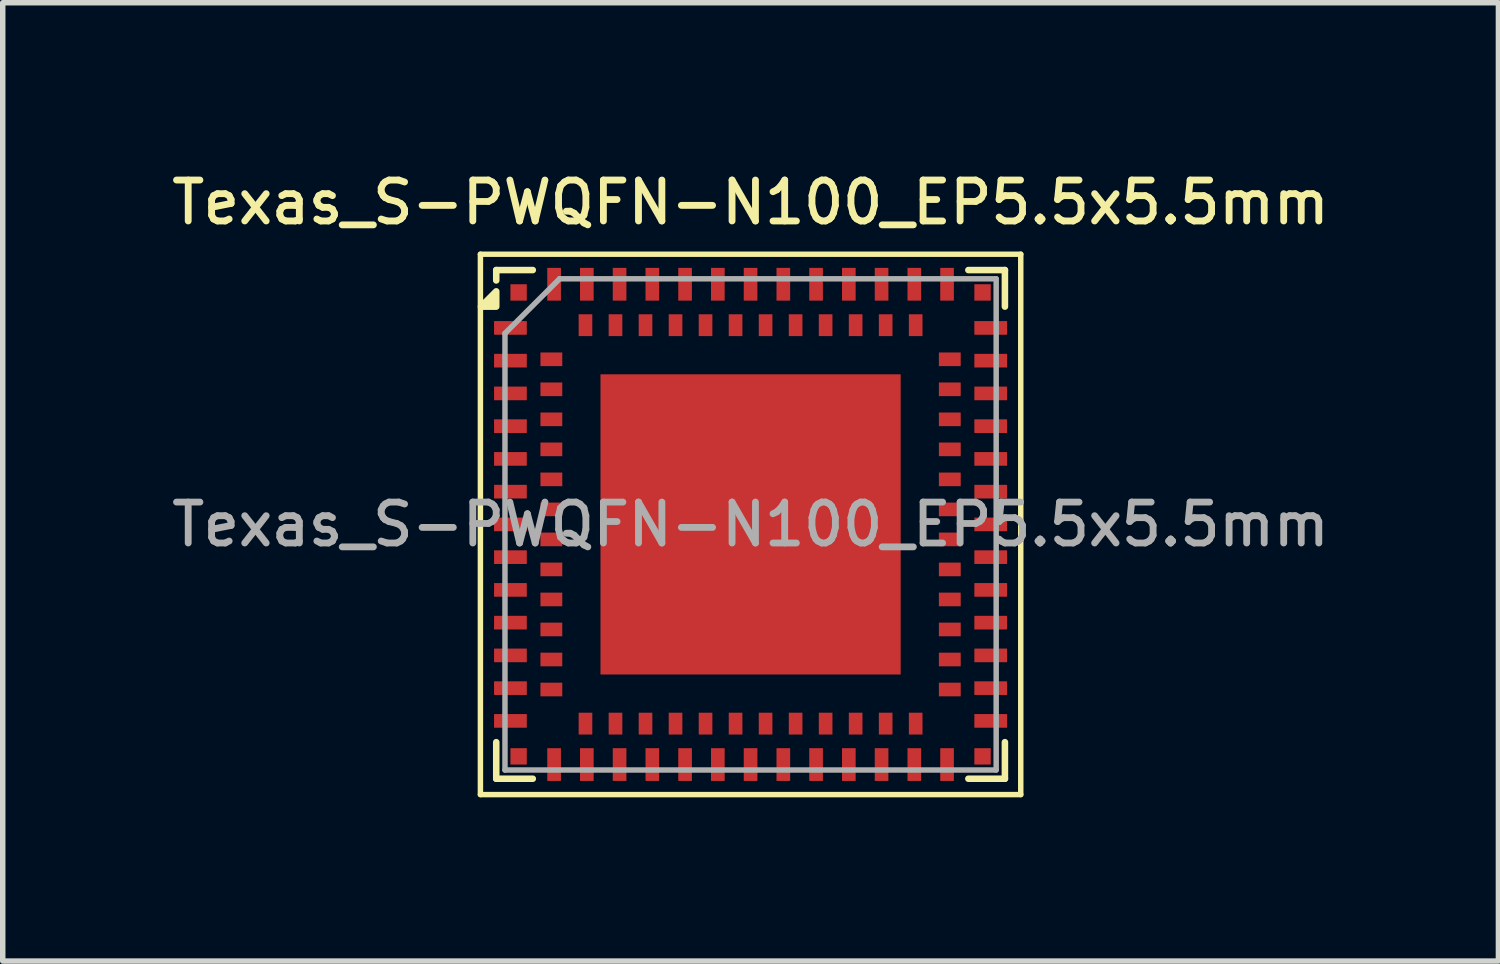
<source format=kicad_pcb>
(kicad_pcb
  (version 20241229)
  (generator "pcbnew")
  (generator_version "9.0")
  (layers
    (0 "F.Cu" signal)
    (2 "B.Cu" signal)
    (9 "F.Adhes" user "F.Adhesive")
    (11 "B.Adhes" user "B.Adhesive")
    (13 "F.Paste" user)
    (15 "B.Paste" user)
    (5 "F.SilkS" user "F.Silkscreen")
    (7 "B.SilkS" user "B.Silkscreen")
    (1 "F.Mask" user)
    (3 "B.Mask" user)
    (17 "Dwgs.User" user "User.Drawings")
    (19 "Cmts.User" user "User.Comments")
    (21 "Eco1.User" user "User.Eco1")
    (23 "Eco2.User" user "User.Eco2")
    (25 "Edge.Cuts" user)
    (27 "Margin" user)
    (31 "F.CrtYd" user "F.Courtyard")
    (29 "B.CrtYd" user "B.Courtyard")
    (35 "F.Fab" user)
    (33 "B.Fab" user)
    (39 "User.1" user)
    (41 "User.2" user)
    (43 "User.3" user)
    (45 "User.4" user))
  (footprint "Texas_S-PWQFN-N100_EP5.5x5.5mm"
    (layer "F.Cu")
    (at 10.702 6.558)
    (property "Reference" "Texas_S-PWQFN-N100_EP5.5x5.5mm" (at 0 -5.9 0) (layer "F.SilkS") (effects (font (size 0.75 0.75) (thickness 0.125))))
    (attr smd)
    (fp_line (start -4.95 -4.95) (end 4.95 -4.95) (stroke (width 0.1) (type solid)) (layer "F.SilkS"))
    (fp_line (start -4.95 4.95) (end -4.95 -4.95) (stroke (width 0.1) (type solid)) (layer "F.SilkS"))
    (fp_line (start -4.66 -4.66) (end -3.99 -4.66) (stroke (width 0.12) (type solid)) (layer "F.SilkS"))
    (fp_line (start -4.66 -4.47) (end -4.66 -4.66) (stroke (width 0.12) (type solid)) (layer "F.SilkS"))
    (fp_line (start -4.66 3.99) (end -4.66 4.66) (stroke (width 0.12) (type solid)) (layer "F.SilkS"))
    (fp_line (start -4.66 4.66) (end -3.99 4.66) (stroke (width 0.12) (type solid)) (layer "F.SilkS"))
    (fp_line (start 4.66 -4.66) (end 3.99 -4.66) (stroke (width 0.12) (type solid)) (layer "F.SilkS"))
    (fp_line (start 4.66 -3.99) (end 4.66 -4.66) (stroke (width 0.12) (type solid)) (layer "F.SilkS"))
    (fp_line (start 4.66 3.99) (end 4.66 4.66) (stroke (width 0.12) (type solid)) (layer "F.SilkS"))
    (fp_line (start 4.66 4.66) (end 3.99 4.66) (stroke (width 0.12) (type solid)) (layer "F.SilkS"))
    (fp_line (start 4.95 -4.95) (end 4.95 4.95) (stroke (width 0.1) (type solid)) (layer "F.SilkS"))
    (fp_line (start 4.95 4.95) (end -4.95 4.95) (stroke (width 0.1) (type solid)) (layer "F.SilkS"))
    (fp_poly (pts (xy -4.66 -3.99) (xy -4.94 -3.99) (xy -4.66 -4.27) (xy -4.66 -3.99)) (stroke (width 0.12) (type solid)) (fill yes) (layer "F.SilkS"))
    (fp_line (start -4.5 -3.5) (end -4.5 4.5) (stroke (width 0.1) (type solid)) (layer "F.Fab"))
    (fp_line (start -4.5 4.5) (end 4.5 4.5) (stroke (width 0.1) (type solid)) (layer "F.Fab"))
    (fp_line (start -3.5 -4.5) (end -4.5 -3.5) (stroke (width 0.1) (type default)) (layer "F.Fab"))
    (fp_line (start -3.5 -4.5) (end 4.5 -4.5) (stroke (width 0.1) (type solid)) (layer "F.Fab"))
    (fp_line (start 4.5 -4.5) (end 4.5 4.5) (stroke (width 0.1) (type solid)) (layer "F.Fab"))
    (fp_text user "${REFERENCE}" (at 0 0 0) (layer "F.Fab") (effects (font (size 0.75 0.75) (thickness 0.125))))
    (pad "" smd rect (at -1.66 -1.66) (size 1.5 1.5) (layers "F.Paste"))
    (pad "" smd rect (at -1.66 0) (size 1.5 1.5) (layers "F.Paste"))
    (pad "" smd rect (at -1.66 1.66) (size 1.5 1.5) (layers "F.Paste"))
    (pad "" smd rect (at 0 -1.66) (size 1.5 1.5) (layers "F.Paste"))
    (pad "" smd rect (at 0 0) (size 1.5 1.5) (layers "F.Paste"))
    (pad "" smd rect (at 0 1.66) (size 1.5 1.5) (layers "F.Paste"))
    (pad "" smd rect (at 1.66 -1.66) (size 1.5 1.5) (layers "F.Paste"))
    (pad "" smd rect (at 1.66 0) (size 1.5 1.5) (layers "F.Paste"))
    (pad "" smd rect (at 1.66 1.66) (size 1.5 1.5) (layers "F.Paste"))
    (pad "A1" smd rect (at -4.4 -3.6 90) (size 0.25 0.6) (layers "F.Cu" "F.Mask" "F.Paste"))
    (pad "A2" smd rect (at -4.4 -3 90) (size 0.25 0.6) (layers "F.Cu" "F.Mask" "F.Paste"))
    (pad "A3" smd rect (at -4.4 -2.4 90) (size 0.25 0.6) (layers "F.Cu" "F.Mask" "F.Paste"))
    (pad "A4" smd rect (at -4.4 -1.8 90) (size 0.25 0.6) (layers "F.Cu" "F.Mask" "F.Paste"))
    (pad "A5" smd rect (at -4.4 -1.2 90) (size 0.25 0.6) (layers "F.Cu" "F.Mask" "F.Paste"))
    (pad "A6" smd rect (at -4.4 -0.6 90) (size 0.25 0.6) (layers "F.Cu" "F.Mask" "F.Paste"))
    (pad "A7" smd rect (at -4.4 0 90) (size 0.25 0.6) (layers "F.Cu" "F.Mask" "F.Paste"))
    (pad "A8" smd rect (at -4.4 0.6 90) (size 0.25 0.6) (layers "F.Cu" "F.Mask" "F.Paste"))
    (pad "A9" smd rect (at -4.4 1.2 90) (size 0.25 0.6) (layers "F.Cu" "F.Mask" "F.Paste"))
    (pad "A10" smd rect (at -4.4 1.8 90) (size 0.25 0.6) (layers "F.Cu" "F.Mask" "F.Paste"))
    (pad "A11" smd rect (at -4.4 2.4 90) (size 0.25 0.6) (layers "F.Cu" "F.Mask" "F.Paste"))
    (pad "A12" smd rect (at -4.4 3 90) (size 0.25 0.6) (layers "F.Cu" "F.Mask" "F.Paste"))
    (pad "A13" smd rect (at -4.4 3.6 90) (size 0.25 0.6) (layers "F.Cu" "F.Mask" "F.Paste"))
    (pad "A14" smd rect (at -3.6 4.4) (size 0.25 0.6) (layers "F.Cu" "F.Mask" "F.Paste"))
    (pad "A15" smd rect (at -3 4.4) (size 0.25 0.6) (layers "F.Cu" "F.Mask" "F.Paste"))
    (pad "A16" smd rect (at -2.4 4.4) (size 0.25 0.6) (layers "F.Cu" "F.Mask" "F.Paste"))
    (pad "A17" smd rect (at -1.8 4.4) (size 0.25 0.6) (layers "F.Cu" "F.Mask" "F.Paste"))
    (pad "A18" smd rect (at -1.2 4.4) (size 0.25 0.6) (layers "F.Cu" "F.Mask" "F.Paste"))
    (pad "A19" smd rect (at -0.6 4.4) (size 0.25 0.6) (layers "F.Cu" "F.Mask" "F.Paste"))
    (pad "A20" smd rect (at 0 4.4) (size 0.25 0.6) (layers "F.Cu" "F.Mask" "F.Paste"))
    (pad "A21" smd rect (at 0.6 4.4) (size 0.25 0.6) (layers "F.Cu" "F.Mask" "F.Paste"))
    (pad "A22" smd rect (at 1.2 4.4) (size 0.25 0.6) (layers "F.Cu" "F.Mask" "F.Paste"))
    (pad "A23" smd rect (at 1.8 4.4) (size 0.25 0.6) (layers "F.Cu" "F.Mask" "F.Paste"))
    (pad "A24" smd rect (at 2.4 4.4) (size 0.25 0.6) (layers "F.Cu" "F.Mask" "F.Paste"))
    (pad "A25" smd rect (at 3 4.4) (size 0.25 0.6) (layers "F.Cu" "F.Mask" "F.Paste"))
    (pad "A26" smd rect (at 3.6 4.4) (size 0.25 0.6) (layers "F.Cu" "F.Mask" "F.Paste"))
    (pad "A27" smd rect (at 4.4 3.6 90) (size 0.25 0.6) (layers "F.Cu" "F.Mask" "F.Paste"))
    (pad "A28" smd rect (at 4.4 3 90) (size 0.25 0.6) (layers "F.Cu" "F.Mask" "F.Paste"))
    (pad "A29" smd rect (at 4.4 2.4 90) (size 0.25 0.6) (layers "F.Cu" "F.Mask" "F.Paste"))
    (pad "A30" smd rect (at 4.4 1.8 90) (size 0.25 0.6) (layers "F.Cu" "F.Mask" "F.Paste"))
    (pad "A31" smd rect (at 4.4 1.2 90) (size 0.25 0.6) (layers "F.Cu" "F.Mask" "F.Paste"))
    (pad "A32" smd rect (at 4.4 0.6 90) (size 0.25 0.6) (layers "F.Cu" "F.Mask" "F.Paste"))
    (pad "A33" smd rect (at 4.4 0 90) (size 0.25 0.6) (layers "F.Cu" "F.Mask" "F.Paste"))
    (pad "A34" smd rect (at 4.4 -0.6 90) (size 0.25 0.6) (layers "F.Cu" "F.Mask" "F.Paste"))
    (pad "A35" smd rect (at 4.4 -1.2 90) (size 0.25 0.6) (layers "F.Cu" "F.Mask" "F.Paste"))
    (pad "A36" smd rect (at 4.4 -1.8 90) (size 0.25 0.6) (layers "F.Cu" "F.Mask" "F.Paste"))
    (pad "A37" smd rect (at 4.4 -2.4 90) (size 0.25 0.6) (layers "F.Cu" "F.Mask" "F.Paste"))
    (pad "A38" smd rect (at 4.4 -3 90) (size 0.25 0.6) (layers "F.Cu" "F.Mask" "F.Paste"))
    (pad "A39" smd rect (at 4.4 -3.6 90) (size 0.25 0.6) (layers "F.Cu" "F.Mask" "F.Paste"))
    (pad "A40" smd rect (at 3.6 -4.4) (size 0.25 0.6) (layers "F.Cu" "F.Mask" "F.Paste"))
    (pad "A41" smd rect (at 3 -4.4) (size 0.25 0.6) (layers "F.Cu" "F.Mask" "F.Paste"))
    (pad "A42" smd rect (at 2.4 -4.4) (size 0.25 0.6) (layers "F.Cu" "F.Mask" "F.Paste"))
    (pad "A43" smd rect (at 1.8 -4.4) (size 0.25 0.6) (layers "F.Cu" "F.Mask" "F.Paste"))
    (pad "A44" smd rect (at 1.2 -4.4) (size 0.25 0.6) (layers "F.Cu" "F.Mask" "F.Paste"))
    (pad "A45" smd rect (at 0.6 -4.4) (size 0.25 0.6) (layers "F.Cu" "F.Mask" "F.Paste"))
    (pad "A46" smd rect (at 0 -4.4) (size 0.25 0.6) (layers "F.Cu" "F.Mask" "F.Paste"))
    (pad "A47" smd rect (at -0.6 -4.4) (size 0.25 0.6) (layers "F.Cu" "F.Mask" "F.Paste"))
    (pad "A48" smd rect (at -1.2 -4.4) (size 0.25 0.6) (layers "F.Cu" "F.Mask" "F.Paste"))
    (pad "A49" smd rect (at -1.8 -4.4) (size 0.25 0.6) (layers "F.Cu" "F.Mask" "F.Paste"))
    (pad "A50" smd rect (at -2.4 -4.4) (size 0.25 0.6) (layers "F.Cu" "F.Mask" "F.Paste"))
    (pad "A51" smd rect (at -3 -4.4) (size 0.25 0.6) (layers "F.Cu" "F.Mask" "F.Paste"))
    (pad "A52" smd rect (at -3.6 -4.4) (size 0.25 0.6) (layers "F.Cu" "F.Mask" "F.Paste"))
    (pad "A53" smd rect (at 0 0) (size 5.5 5.5) (layers "F.Cu" "F.Mask"))
    (pad "B1" smd rect (at -3.65 -3.025 90) (size 0.25 0.4) (layers "F.Cu" "F.Mask" "F.Paste"))
    (pad "B2" smd rect (at -3.65 -2.475 90) (size 0.25 0.4) (layers "F.Cu" "F.Mask" "F.Paste"))
    (pad "B3" smd rect (at -3.65 -1.925 90) (size 0.25 0.4) (layers "F.Cu" "F.Mask" "F.Paste"))
    (pad "B4" smd rect (at -3.65 -1.375 90) (size 0.25 0.4) (layers "F.Cu" "F.Mask" "F.Paste"))
    (pad "B5" smd rect (at -3.65 -0.825 90) (size 0.25 0.4) (layers "F.Cu" "F.Mask" "F.Paste"))
    (pad "B6" smd rect (at -3.65 -0.275 90) (size 0.25 0.4) (layers "F.Cu" "F.Mask" "F.Paste"))
    (pad "B7" smd rect (at -3.65 0.275 90) (size 0.25 0.4) (layers "F.Cu" "F.Mask" "F.Paste"))
    (pad "B8" smd rect (at -3.65 0.825 90) (size 0.25 0.4) (layers "F.Cu" "F.Mask" "F.Paste"))
    (pad "B9" smd rect (at -3.65 1.375 90) (size 0.25 0.4) (layers "F.Cu" "F.Mask" "F.Paste"))
    (pad "B10" smd rect (at -3.65 1.925 90) (size 0.25 0.4) (layers "F.Cu" "F.Mask" "F.Paste"))
    (pad "B11" smd rect (at -3.65 2.475 90) (size 0.25 0.4) (layers "F.Cu" "F.Mask" "F.Paste"))
    (pad "B12" smd rect (at -3.65 3.025 90) (size 0.25 0.4) (layers "F.Cu" "F.Mask" "F.Paste"))
    (pad "B13" smd rect (at -3.025 3.65) (size 0.25 0.4) (layers "F.Cu" "F.Mask" "F.Paste"))
    (pad "B14" smd rect (at -2.475 3.65) (size 0.25 0.4) (layers "F.Cu" "F.Mask" "F.Paste"))
    (pad "B15" smd rect (at -1.925 3.65) (size 0.25 0.4) (layers "F.Cu" "F.Mask" "F.Paste"))
    (pad "B16" smd rect (at -1.375 3.65) (size 0.25 0.4) (layers "F.Cu" "F.Mask" "F.Paste"))
    (pad "B17" smd rect (at -0.825 3.65) (size 0.25 0.4) (layers "F.Cu" "F.Mask" "F.Paste"))
    (pad "B18" smd rect (at -0.275 3.65) (size 0.25 0.4) (layers "F.Cu" "F.Mask" "F.Paste"))
    (pad "B19" smd rect (at 0.275 3.65) (size 0.25 0.4) (layers "F.Cu" "F.Mask" "F.Paste"))
    (pad "B20" smd rect (at 0.825 3.65) (size 0.25 0.4) (layers "F.Cu" "F.Mask" "F.Paste"))
    (pad "B21" smd rect (at 1.375 3.65) (size 0.25 0.4) (layers "F.Cu" "F.Mask" "F.Paste"))
    (pad "B22" smd rect (at 1.925 3.65) (size 0.25 0.4) (layers "F.Cu" "F.Mask" "F.Paste"))
    (pad "B23" smd rect (at 2.475 3.65) (size 0.25 0.4) (layers "F.Cu" "F.Mask" "F.Paste"))
    (pad "B24" smd rect (at 3.025 3.65) (size 0.25 0.4) (layers "F.Cu" "F.Mask" "F.Paste"))
    (pad "B25" smd rect (at 3.65 3.025 90) (size 0.25 0.4) (layers "F.Cu" "F.Mask" "F.Paste"))
    (pad "B26" smd rect (at 3.65 2.475 90) (size 0.25 0.4) (layers "F.Cu" "F.Mask" "F.Paste"))
    (pad "B27" smd rect (at 3.65 1.925 90) (size 0.25 0.4) (layers "F.Cu" "F.Mask" "F.Paste"))
    (pad "B28" smd rect (at 3.65 1.375 90) (size 0.25 0.4) (layers "F.Cu" "F.Mask" "F.Paste"))
    (pad "B29" smd rect (at 3.65 0.825 90) (size 0.25 0.4) (layers "F.Cu" "F.Mask" "F.Paste"))
    (pad "B30" smd rect (at 3.65 0.275 90) (size 0.25 0.4) (layers "F.Cu" "F.Mask" "F.Paste"))
    (pad "B31" smd rect (at 3.65 -0.275 90) (size 0.25 0.4) (layers "F.Cu" "F.Mask" "F.Paste"))
    (pad "B32" smd rect (at 3.65 -0.825 90) (size 0.25 0.4) (layers "F.Cu" "F.Mask" "F.Paste"))
    (pad "B33" smd rect (at 3.65 -1.375 90) (size 0.25 0.4) (layers "F.Cu" "F.Mask" "F.Paste"))
    (pad "B34" smd rect (at 3.65 -1.925 90) (size 0.25 0.4) (layers "F.Cu" "F.Mask" "F.Paste"))
    (pad "B35" smd rect (at 3.65 -2.475 90) (size 0.25 0.4) (layers "F.Cu" "F.Mask" "F.Paste"))
    (pad "B36" smd rect (at 3.65 -3.025 90) (size 0.25 0.4) (layers "F.Cu" "F.Mask" "F.Paste"))
    (pad "B37" smd rect (at 3.025 -3.65) (size 0.25 0.4) (layers "F.Cu" "F.Mask" "F.Paste"))
    (pad "B38" smd rect (at 2.475 -3.65) (size 0.25 0.4) (layers "F.Cu" "F.Mask" "F.Paste"))
    (pad "B39" smd rect (at 1.925 -3.65) (size 0.25 0.4) (layers "F.Cu" "F.Mask" "F.Paste"))
    (pad "B40" smd rect (at 1.375 -3.65) (size 0.25 0.4) (layers "F.Cu" "F.Mask" "F.Paste"))
    (pad "B41" smd rect (at 0.825 -3.65) (size 0.25 0.4) (layers "F.Cu" "F.Mask" "F.Paste"))
    (pad "B42" smd rect (at 0.275 -3.65) (size 0.25 0.4) (layers "F.Cu" "F.Mask" "F.Paste"))
    (pad "B43" smd rect (at -0.275 -3.65) (size 0.25 0.4) (layers "F.Cu" "F.Mask" "F.Paste"))
    (pad "B44" smd rect (at -0.825 -3.65) (size 0.25 0.4) (layers "F.Cu" "F.Mask" "F.Paste"))
    (pad "B45" smd rect (at -1.375 -3.65) (size 0.25 0.4) (layers "F.Cu" "F.Mask" "F.Paste"))
    (pad "B46" smd rect (at -1.925 -3.65) (size 0.25 0.4) (layers "F.Cu" "F.Mask" "F.Paste"))
    (pad "B47" smd rect (at -2.475 -3.65) (size 0.25 0.4) (layers "F.Cu" "F.Mask" "F.Paste"))
    (pad "B48" smd rect (at -3.025 -3.65) (size 0.25 0.4) (layers "F.Cu" "F.Mask" "F.Paste"))
    (pad "C1" smd rect (at -4.25 -4.25) (size 0.3 0.3) (layers "F.Cu" "F.Mask" "F.Paste"))
    (pad "C2" smd rect (at -4.25 4.25) (size 0.3 0.3) (layers "F.Cu" "F.Mask" "F.Paste"))
    (pad "C3" smd rect (at 4.25 4.25) (size 0.3 0.3) (layers "F.Cu" "F.Mask" "F.Paste"))
    (pad "C4" smd rect (at 4.25 -4.25) (size 0.3 0.3) (layers "F.Cu" "F.Mask" "F.Paste")))
  (gr_rect
    (start -3 -3)
    (end 24.404 14.558)
    (stroke (width 0.1) (type default))
    (fill no)
    (layer "Edge.Cuts")))
</source>
